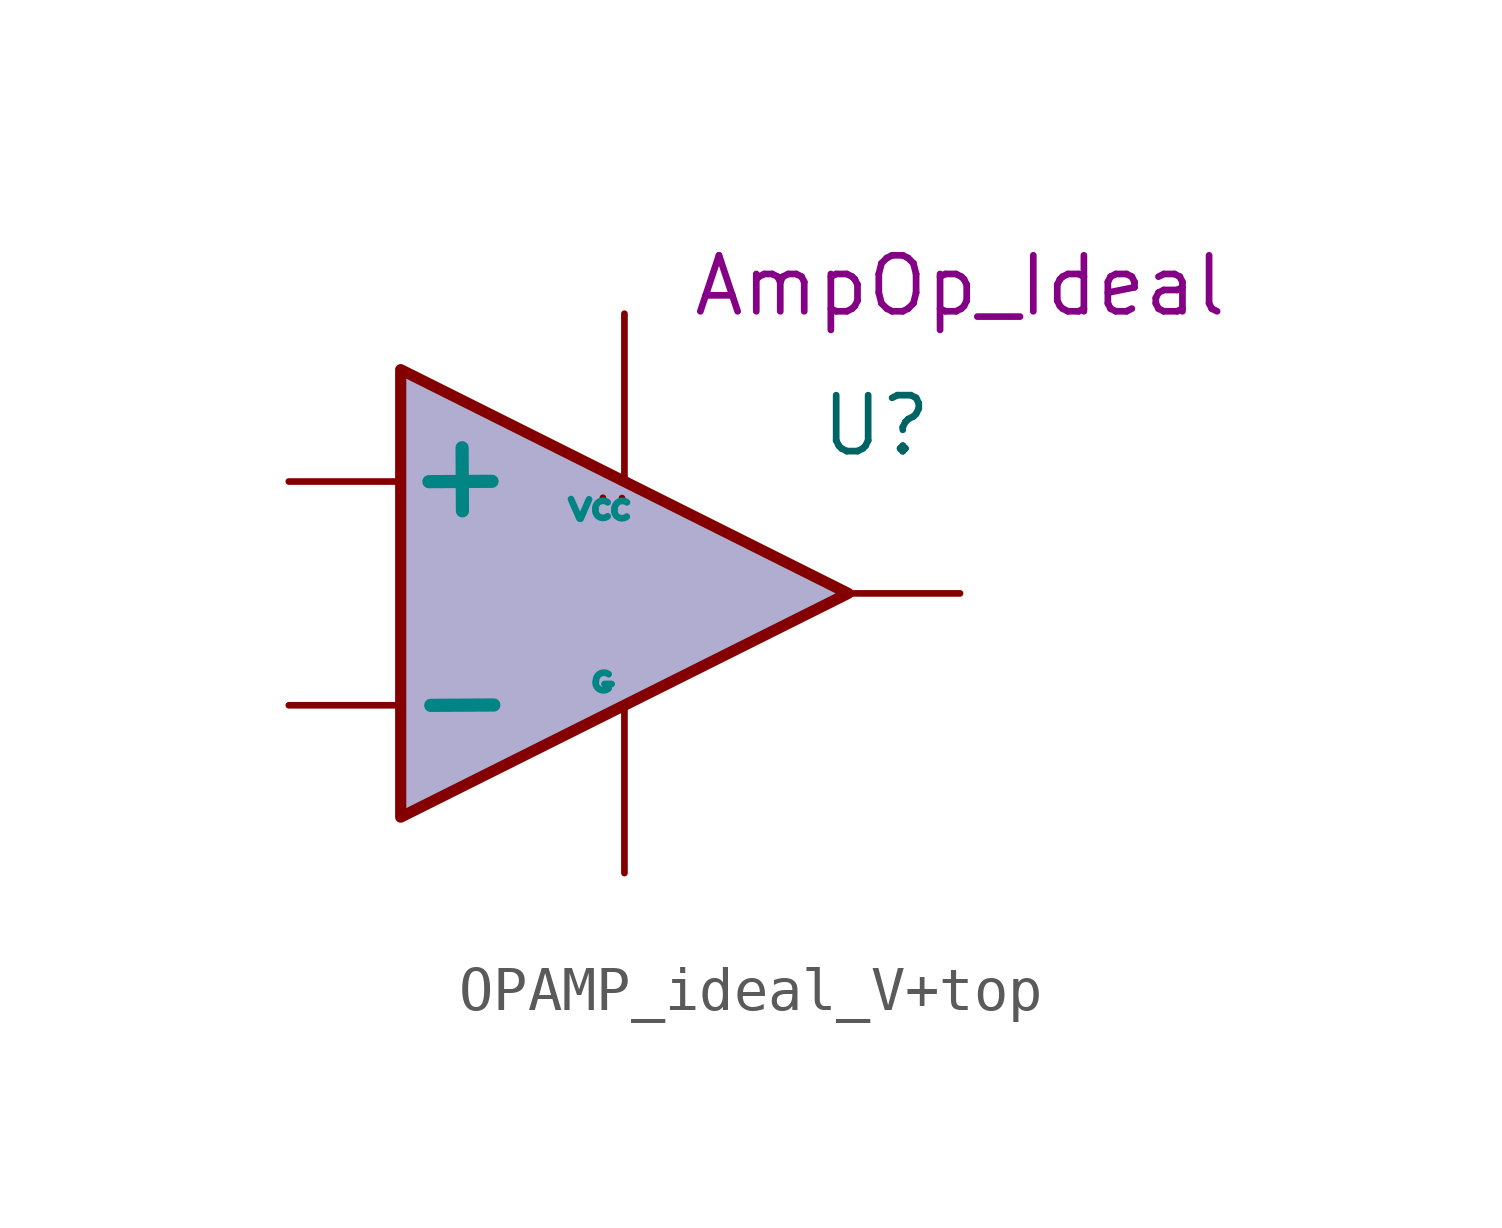
<source format=kicad_sym>
(kicad_symbol_lib
  (version 20220914)
  (generator kicad_symbol_editor)
  (symbol "OPAMP_ideal_V+top"
    (pin_numbers hide)
    (pin_names
      (offset 1.2) hide)
    (property "Reference" "U"
      (at 5.715 3.81 0)
      (effects (font (size 1.27 1.27))))
    (property "Sim.Name" "AmpOp_Ideal"
      (at 7.62 6.985 0)
      (effects (font (size 1.27 1.27))))
    (symbol "OPAMP_ideal_V+top_1_0"
      (arc (start -0.6606 1.8999) (mid -0.5683 1.7354) (end -0.3802 1.7497) (stroke (width 0) (type default) (color 0 132 132 1)) (fill (type none)))
      (arc (start -0.6475 -2.0145) (mid -0.5552 -2.179) (end -0.3671 -2.1647) (stroke (width 0) (type default) (color 0 132 132 1)) (fill (type none)))
      (arc (start -0.4891 2.1712) (mid -0.4891 2.1712) (end -0.4891 2.1712) (stroke (width 0) (type default)) (fill (type none)))
      (arc (start -0.3786 2.0716) (mid -0.5665 2.0855) (end -0.659 1.9214) (stroke (width 0) (type default) (color 0 132 132 1)) (fill (type none)))
      (arc (start -0.3655 -1.8428) (mid -0.5532 -1.8292) (end -0.6459 -1.993) (stroke (width 0) (type default) (color 0 132 132 1)) (fill (type none)))
      (arc (start -0.2273 1.8936) (mid -0.135 1.7291) (end 0.0531 1.7434) (stroke (width 0) (type default) (color 0 132 132 1)) (fill (type none)))
      (arc (start -0.0558 2.1649) (mid -0.0558 2.1649) (end -0.0558 2.1649) (stroke (width 0) (type default)) (fill (type none)))
      (polyline (pts (xy -3.686 3.306) (xy -3.678 1.875)) (stroke (width 0.3) (type default) (color 0 132 132 1)) (fill (type none)))
      (polyline (pts (xy -3.007 2.545) (xy -4.439 2.537)) (stroke (width 0.3) (type default) (color 0 132 132 1)) (fill (type none)))
      (polyline (pts (xy -2.966 -2.534) (xy -4.397 -2.542)) (stroke (width 0.3) (type default) (color 0 132 132 1)) (fill (type none)))
      (polyline (pts (xy -0.452 -2.057) (xy -0.292 -2.057)) (stroke (width 0) (type default) (color 0 132 132 1)) (fill (type none)))
      (polyline (pts (xy -1.213 2.14) (xy -1.021 1.7) (xy -1.213 2.14)) (stroke (width 0) (type default) (color 0 132 132 1)) (fill (type none)))
      (polyline (pts (xy -0.804 2.135) (xy -0.995 1.695) (xy -0.804 2.135)) (stroke (width 0) (type default) (color 0 132 132 1)) (fill (type none)))
      (polyline (pts (xy -0.361 -2.147) (xy -0.359 -2.079) (xy -0.359 -2.083)) (stroke (width 0) (type default) (color 0 132 132 1)) (fill (type none)))
      (arc (start 0.0547 2.0653) (mid -0.133 2.0789) (end -0.2257 1.9151) (stroke (width 0) (type default) (color 0 132 132 1)) (fill (type none))))
    (symbol "OPAMP_ideal_V+top_1_1"
      (polyline (pts (xy 5.08 0) (xy -5.08 5.08) (xy -5.08 -5.08) (xy 5.08 0)) (stroke (width 0.254) (type default)) (fill (type color) (color 149 146 194 0.749)))
      (pin power_in line (at 0 6.35 270) (length 3.81) (name "VCC" (effects (font (size 1.27 1.27)))) (number "1" (effects (font (size 1.27 1.27)))))
      (pin power_in line (at 0 -6.35 90) (length 3.81) (name "G" (effects (font (size 1.27 1.27)))) (number "2" (effects (font (size 1.27 1.27)))))
      (pin input line (at -7.62 2.54 0) (length 2.54) (name "P" (effects (font (size 1.27 1.27)))) (number "3" (effects (font (size 1.27 1.27)))))
      (pin input line (at -7.62 -2.54 0) (length 2.54) (name "M" (effects (font (size 1.27 1.27)))) (number "4" (effects (font (size 1.27 1.27)))))
      (pin output line (at 7.62 0 180) (length 2.54) (name "S" (effects (font (size 1.27 1.27)))) (number "5" (effects (font (size 1.27 1.27))))))))
</source>
